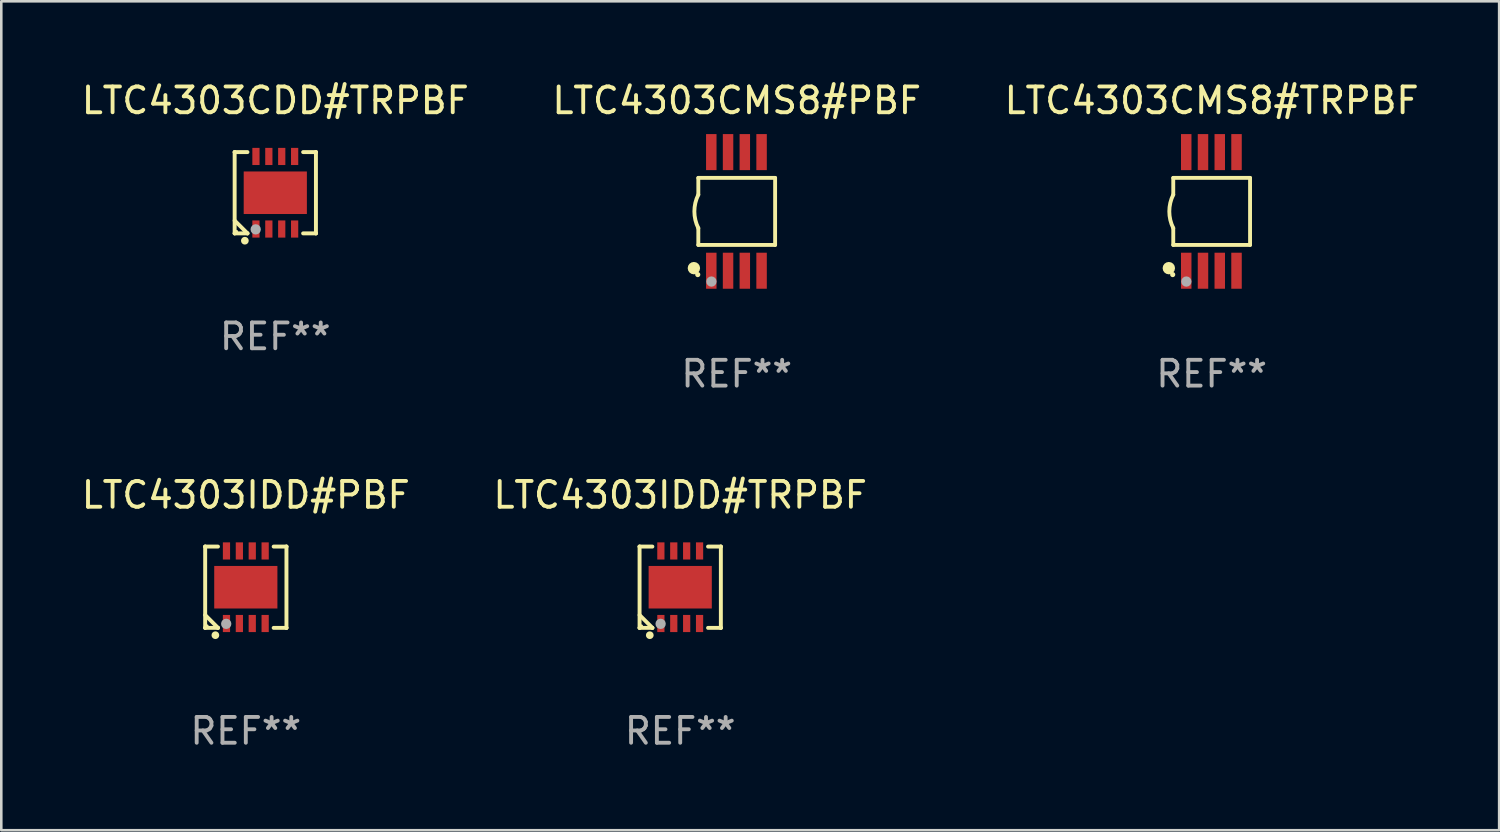
<source format=kicad_pcb>
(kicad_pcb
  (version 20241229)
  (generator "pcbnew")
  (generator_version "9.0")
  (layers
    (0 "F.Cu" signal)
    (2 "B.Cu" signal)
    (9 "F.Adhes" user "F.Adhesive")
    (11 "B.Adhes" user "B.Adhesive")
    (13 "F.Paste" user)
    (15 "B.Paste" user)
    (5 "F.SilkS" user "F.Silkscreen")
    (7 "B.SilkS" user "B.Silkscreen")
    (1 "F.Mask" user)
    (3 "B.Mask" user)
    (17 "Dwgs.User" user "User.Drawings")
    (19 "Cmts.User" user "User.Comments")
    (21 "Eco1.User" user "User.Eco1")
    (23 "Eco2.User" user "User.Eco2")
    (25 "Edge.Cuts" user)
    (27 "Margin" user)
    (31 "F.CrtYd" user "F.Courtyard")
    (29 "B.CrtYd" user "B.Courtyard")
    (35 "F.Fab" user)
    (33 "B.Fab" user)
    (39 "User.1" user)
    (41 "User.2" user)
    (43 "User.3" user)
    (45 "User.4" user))
  (footprint "LTC4303CDD#TRPBF"
    (layer "F.Cu")
    (at 7.625 4.424)
    (property "Reference" "LTC4303CDD#TRPBF" (at 0 -3.576 0) (layer "F.SilkS") (effects (font (size 1 1) (thickness 0.15))))
    (attr through_hole)
    (fp_line (start -1.576 -1.576) (end -1.576 -1.576) (stroke (width 0.152) (type solid)) (layer "F.SilkS"))
    (fp_line (start -1.576 -1.576) (end -1.08 -1.576) (stroke (width 0.152) (type solid)) (layer "F.SilkS"))
    (fp_line (start -1.576 1.576) (end -1.576 -1.576) (stroke (width 0.152) (type solid)) (layer "F.SilkS"))
    (fp_line (start -1.576 1.576) (end -1.576 1.576) (stroke (width 0.152) (type solid)) (layer "F.SilkS"))
    (fp_line (start -1.08 1.575) (end -1.576 1.079) (stroke (width 0.152) (type solid)) (layer "F.SilkS"))
    (fp_line (start -1.08 1.576) (end -1.576 1.576) (stroke (width 0.152) (type solid)) (layer "F.SilkS"))
    (fp_line (start -1.08 1.576) (end -1.08 1.575) (stroke (width 0.152) (type solid)) (layer "F.SilkS"))
    (fp_line (start 1.08 1.576) (end 1.576 1.576) (stroke (width 0.152) (type solid)) (layer "F.SilkS"))
    (fp_line (start 1.576 -1.576) (end 1.08 -1.576) (stroke (width 0.152) (type solid)) (layer "F.SilkS"))
    (fp_line (start 1.576 -1.576) (end 1.576 -1.576) (stroke (width 0.152) (type solid)) (layer "F.SilkS"))
    (fp_line (start 1.576 1.576) (end 1.576 -1.576) (stroke (width 0.152) (type solid)) (layer "F.SilkS"))
    (fp_line (start 1.576 1.576) (end 1.576 1.576) (stroke (width 0.152) (type solid)) (layer "F.SilkS"))
    (fp_circle (center -1.5 1.5) (end -1.47 1.5) (stroke (width 0.06) (type solid)) (fill no) (layer "F.SilkS"))
    (fp_circle (center -1.18 1.86) (end -1.105 1.86) (stroke (width 0.15) (type solid)) (fill no) (layer "F.SilkS"))
    (fp_circle (center -0.76 1.42) (end -0.66 1.42) (stroke (width 0.2) (type solid)) (fill no) (layer "F.Fab"))
    (fp_text user "REF**" (at 0 5.576 0) (layer "F.Fab") (effects (font (size 1 1) (thickness 0.15))))
    (pad "1" smd rect (at -0.75 1.407) (size 0.28 0.665) (layers "F.Cu" "F.Mask" "F.Paste"))
    (pad "2" smd rect (at -0.25 1.407) (size 0.28 0.665) (layers "F.Cu" "F.Mask" "F.Paste"))
    (pad "3" smd rect (at 0.25 1.407) (size 0.28 0.665) (layers "F.Cu" "F.Mask" "F.Paste"))
    (pad "4" smd rect (at 0.75 1.407) (size 0.28 0.665) (layers "F.Cu" "F.Mask" "F.Paste"))
    (pad "5" smd rect (at 0.75 -1.407) (size 0.28 0.665) (layers "F.Cu" "F.Mask" "F.Paste"))
    (pad "6" smd rect (at 0.25 -1.407) (size 0.28 0.665) (layers "F.Cu" "F.Mask" "F.Paste"))
    (pad "7" smd rect (at -0.25 -1.407) (size 0.28 0.665) (layers "F.Cu" "F.Mask" "F.Paste"))
    (pad "8" smd rect (at -0.75 -1.407) (size 0.28 0.665) (layers "F.Cu" "F.Mask" "F.Paste"))
    (pad "9" smd rect (at 0 0) (size 2.45 1.65) (layers "F.Cu" "F.Mask" "F.Paste")))
  (footprint "LTC4303CMS8#PBF"
    (layer "F.Cu")
    (at 25.518 5.148)
    (property "Reference" "LTC4303CMS8#PBF" (at 0 -4.3 0) (layer "F.SilkS") (effects (font (size 1 1) (thickness 0.15))))
    (attr through_hole)
    (fp_line (start -1.489 -1.3) (end -1.489 -0.648) (stroke (width 0.15) (type solid)) (layer "F.SilkS"))
    (fp_line (start -1.489 0.648) (end -1.489 1.3) (stroke (width 0.15) (type solid)) (layer "F.SilkS"))
    (fp_line (start -1.489 1.3) (end 1.489 1.3) (stroke (width 0.15) (type solid)) (layer "F.SilkS"))
    (fp_line (start 1.489 -1.3) (end -1.489 -1.3) (stroke (width 0.15) (type solid)) (layer "F.SilkS"))
    (fp_line (start 1.489 1.3) (end 1.489 -1.3) (stroke (width 0.15) (type solid)) (layer "F.SilkS"))
    (fp_arc (start -1.489205 0.647702) (mid -1.642107 0) (end -1.489205 -0.647701) (stroke (width 0.150013) (type solid)) (layer "F.SilkS"))
    (fp_circle (center -1.661 2.2) (end -1.541 2.2) (stroke (width 0.24) (type solid)) (fill no) (layer "F.SilkS"))
    (fp_circle (center -1.511 2.45) (end -1.461 2.45) (stroke (width 0.1) (type solid)) (fill no) (layer "F.SilkS"))
    (fp_circle (center -0.981 2.72) (end -0.881 2.72) (stroke (width 0.2) (type solid)) (fill no) (layer "F.Fab"))
    (fp_text user "REF**" (at 0 6.3 0) (layer "F.Fab") (effects (font (size 1 1) (thickness 0.15))))
    (pad "1" smd rect (at -0.986 2.3) (size 0.406 1.397) (layers "F.Cu" "F.Mask" "F.Paste"))
    (pad "2" smd rect (at -0.336 2.3) (size 0.406 1.397) (layers "F.Cu" "F.Mask" "F.Paste"))
    (pad "3" smd rect (at 0.314 2.3) (size 0.406 1.397) (layers "F.Cu" "F.Mask" "F.Paste"))
    (pad "4" smd rect (at 0.964 2.3) (size 0.406 1.397) (layers "F.Cu" "F.Mask" "F.Paste"))
    (pad "5" smd rect (at 0.964 -2.3) (size 0.406 1.397) (layers "F.Cu" "F.Mask" "F.Paste"))
    (pad "6" smd rect (at 0.314 -2.3) (size 0.406 1.397) (layers "F.Cu" "F.Mask" "F.Paste"))
    (pad "7" smd rect (at -0.336 -2.3) (size 0.406 1.397) (layers "F.Cu" "F.Mask" "F.Paste"))
    (pad "8" smd rect (at -0.986 -2.3) (size 0.406 1.397) (layers "F.Cu" "F.Mask" "F.Paste")))
  (footprint "LTC4303IDD#TRPBF"
    (layer "F.Cu")
    (at 23.327 19.721)
    (property "Reference" "LTC4303IDD#TRPBF" (at 0 -3.576 0) (layer "F.SilkS") (effects (font (size 1 1) (thickness 0.15))))
    (attr through_hole)
    (fp_line (start -1.576 -1.576) (end -1.576 -1.576) (stroke (width 0.152) (type solid)) (layer "F.SilkS"))
    (fp_line (start -1.576 -1.576) (end -1.08 -1.576) (stroke (width 0.152) (type solid)) (layer "F.SilkS"))
    (fp_line (start -1.576 1.576) (end -1.576 -1.576) (stroke (width 0.152) (type solid)) (layer "F.SilkS"))
    (fp_line (start -1.576 1.576) (end -1.576 1.576) (stroke (width 0.152) (type solid)) (layer "F.SilkS"))
    (fp_line (start -1.08 1.575) (end -1.576 1.079) (stroke (width 0.152) (type solid)) (layer "F.SilkS"))
    (fp_line (start -1.08 1.576) (end -1.576 1.576) (stroke (width 0.152) (type solid)) (layer "F.SilkS"))
    (fp_line (start -1.08 1.576) (end -1.08 1.575) (stroke (width 0.152) (type solid)) (layer "F.SilkS"))
    (fp_line (start 1.08 1.576) (end 1.576 1.576) (stroke (width 0.152) (type solid)) (layer "F.SilkS"))
    (fp_line (start 1.576 -1.576) (end 1.08 -1.576) (stroke (width 0.152) (type solid)) (layer "F.SilkS"))
    (fp_line (start 1.576 -1.576) (end 1.576 -1.576) (stroke (width 0.152) (type solid)) (layer "F.SilkS"))
    (fp_line (start 1.576 1.576) (end 1.576 -1.576) (stroke (width 0.152) (type solid)) (layer "F.SilkS"))
    (fp_line (start 1.576 1.576) (end 1.576 1.576) (stroke (width 0.152) (type solid)) (layer "F.SilkS"))
    (fp_circle (center -1.5 1.5) (end -1.47 1.5) (stroke (width 0.06) (type solid)) (fill no) (layer "F.SilkS"))
    (fp_circle (center -1.18 1.86) (end -1.105 1.86) (stroke (width 0.15) (type solid)) (fill no) (layer "F.SilkS"))
    (fp_circle (center -0.76 1.42) (end -0.66 1.42) (stroke (width 0.2) (type solid)) (fill no) (layer "F.Fab"))
    (fp_text user "REF**" (at 0 5.576 0) (layer "F.Fab") (effects (font (size 1 1) (thickness 0.15))))
    (pad "1" smd rect (at -0.75 1.407) (size 0.28 0.665) (layers "F.Cu" "F.Mask" "F.Paste"))
    (pad "2" smd rect (at -0.25 1.407) (size 0.28 0.665) (layers "F.Cu" "F.Mask" "F.Paste"))
    (pad "3" smd rect (at 0.25 1.407) (size 0.28 0.665) (layers "F.Cu" "F.Mask" "F.Paste"))
    (pad "4" smd rect (at 0.75 1.407) (size 0.28 0.665) (layers "F.Cu" "F.Mask" "F.Paste"))
    (pad "5" smd rect (at 0.75 -1.407) (size 0.28 0.665) (layers "F.Cu" "F.Mask" "F.Paste"))
    (pad "6" smd rect (at 0.25 -1.407) (size 0.28 0.665) (layers "F.Cu" "F.Mask" "F.Paste"))
    (pad "7" smd rect (at -0.25 -1.407) (size 0.28 0.665) (layers "F.Cu" "F.Mask" "F.Paste"))
    (pad "8" smd rect (at -0.75 -1.407) (size 0.28 0.665) (layers "F.Cu" "F.Mask" "F.Paste"))
    (pad "9" smd rect (at 0 0) (size 2.45 1.65) (layers "F.Cu" "F.Mask" "F.Paste")))
  (footprint "LTC4303CMS8#TRPBF"
    (layer "F.Cu")
    (at 43.935 5.148)
    (property "Reference" "LTC4303CMS8#TRPBF" (at 0 -4.3 0) (layer "F.SilkS") (effects (font (size 1 1) (thickness 0.15))))
    (attr through_hole)
    (fp_line (start -1.489 -1.3) (end -1.489 -0.648) (stroke (width 0.15) (type solid)) (layer "F.SilkS"))
    (fp_line (start -1.489 0.648) (end -1.489 1.3) (stroke (width 0.15) (type solid)) (layer "F.SilkS"))
    (fp_line (start -1.489 1.3) (end 1.489 1.3) (stroke (width 0.15) (type solid)) (layer "F.SilkS"))
    (fp_line (start 1.489 -1.3) (end -1.489 -1.3) (stroke (width 0.15) (type solid)) (layer "F.SilkS"))
    (fp_line (start 1.489 1.3) (end 1.489 -1.3) (stroke (width 0.15) (type solid)) (layer "F.SilkS"))
    (fp_arc (start -1.489205 0.647702) (mid -1.642107 0) (end -1.489205 -0.647701) (stroke (width 0.150013) (type solid)) (layer "F.SilkS"))
    (fp_circle (center -1.661 2.2) (end -1.541 2.2) (stroke (width 0.24) (type solid)) (fill no) (layer "F.SilkS"))
    (fp_circle (center -1.511 2.45) (end -1.461 2.45) (stroke (width 0.1) (type solid)) (fill no) (layer "F.SilkS"))
    (fp_circle (center -0.981 2.72) (end -0.881 2.72) (stroke (width 0.2) (type solid)) (fill no) (layer "F.Fab"))
    (fp_text user "REF**" (at 0 6.3 0) (layer "F.Fab") (effects (font (size 1 1) (thickness 0.15))))
    (pad "1" smd rect (at -0.986 2.3) (size 0.406 1.397) (layers "F.Cu" "F.Mask" "F.Paste"))
    (pad "2" smd rect (at -0.336 2.3) (size 0.406 1.397) (layers "F.Cu" "F.Mask" "F.Paste"))
    (pad "3" smd rect (at 0.314 2.3) (size 0.406 1.397) (layers "F.Cu" "F.Mask" "F.Paste"))
    (pad "4" smd rect (at 0.964 2.3) (size 0.406 1.397) (layers "F.Cu" "F.Mask" "F.Paste"))
    (pad "5" smd rect (at 0.964 -2.3) (size 0.406 1.397) (layers "F.Cu" "F.Mask" "F.Paste"))
    (pad "6" smd rect (at 0.314 -2.3) (size 0.406 1.397) (layers "F.Cu" "F.Mask" "F.Paste"))
    (pad "7" smd rect (at -0.336 -2.3) (size 0.406 1.397) (layers "F.Cu" "F.Mask" "F.Paste"))
    (pad "8" smd rect (at -0.986 -2.3) (size 0.406 1.397) (layers "F.Cu" "F.Mask" "F.Paste")))
  (footprint "LTC4303IDD#PBF"
    (layer "F.Cu")
    (at 6.482 19.721)
    (property "Reference" "LTC4303IDD#PBF" (at 0 -3.576 0) (layer "F.SilkS") (effects (font (size 1 1) (thickness 0.15))))
    (attr through_hole)
    (fp_line (start -1.576 -1.576) (end -1.576 -1.576) (stroke (width 0.152) (type solid)) (layer "F.SilkS"))
    (fp_line (start -1.576 -1.576) (end -1.08 -1.576) (stroke (width 0.152) (type solid)) (layer "F.SilkS"))
    (fp_line (start -1.576 1.576) (end -1.576 -1.576) (stroke (width 0.152) (type solid)) (layer "F.SilkS"))
    (fp_line (start -1.576 1.576) (end -1.576 1.576) (stroke (width 0.152) (type solid)) (layer "F.SilkS"))
    (fp_line (start -1.08 1.575) (end -1.576 1.079) (stroke (width 0.152) (type solid)) (layer "F.SilkS"))
    (fp_line (start -1.08 1.576) (end -1.576 1.576) (stroke (width 0.152) (type solid)) (layer "F.SilkS"))
    (fp_line (start -1.08 1.576) (end -1.08 1.575) (stroke (width 0.152) (type solid)) (layer "F.SilkS"))
    (fp_line (start 1.08 1.576) (end 1.576 1.576) (stroke (width 0.152) (type solid)) (layer "F.SilkS"))
    (fp_line (start 1.576 -1.576) (end 1.08 -1.576) (stroke (width 0.152) (type solid)) (layer "F.SilkS"))
    (fp_line (start 1.576 -1.576) (end 1.576 -1.576) (stroke (width 0.152) (type solid)) (layer "F.SilkS"))
    (fp_line (start 1.576 1.576) (end 1.576 -1.576) (stroke (width 0.152) (type solid)) (layer "F.SilkS"))
    (fp_line (start 1.576 1.576) (end 1.576 1.576) (stroke (width 0.152) (type solid)) (layer "F.SilkS"))
    (fp_circle (center -1.5 1.5) (end -1.47 1.5) (stroke (width 0.06) (type solid)) (fill no) (layer "F.SilkS"))
    (fp_circle (center -1.18 1.86) (end -1.105 1.86) (stroke (width 0.15) (type solid)) (fill no) (layer "F.SilkS"))
    (fp_circle (center -0.76 1.42) (end -0.66 1.42) (stroke (width 0.2) (type solid)) (fill no) (layer "F.Fab"))
    (fp_text user "REF**" (at 0 5.576 0) (layer "F.Fab") (effects (font (size 1 1) (thickness 0.15))))
    (pad "1" smd rect (at -0.75 1.407) (size 0.28 0.665) (layers "F.Cu" "F.Mask" "F.Paste"))
    (pad "2" smd rect (at -0.25 1.407) (size 0.28 0.665) (layers "F.Cu" "F.Mask" "F.Paste"))
    (pad "3" smd rect (at 0.25 1.407) (size 0.28 0.665) (layers "F.Cu" "F.Mask" "F.Paste"))
    (pad "4" smd rect (at 0.75 1.407) (size 0.28 0.665) (layers "F.Cu" "F.Mask" "F.Paste"))
    (pad "5" smd rect (at 0.75 -1.407) (size 0.28 0.665) (layers "F.Cu" "F.Mask" "F.Paste"))
    (pad "6" smd rect (at 0.25 -1.407) (size 0.28 0.665) (layers "F.Cu" "F.Mask" "F.Paste"))
    (pad "7" smd rect (at -0.25 -1.407) (size 0.28 0.665) (layers "F.Cu" "F.Mask" "F.Paste"))
    (pad "8" smd rect (at -0.75 -1.407) (size 0.28 0.665) (layers "F.Cu" "F.Mask" "F.Paste"))
    (pad "9" smd rect (at 0 0) (size 2.45 1.65) (layers "F.Cu" "F.Mask" "F.Paste")))
  (gr_rect
    (start -3 -3)
    (end 55.083 29.145)
    (stroke (width 0.1) (type default))
    (fill no)
    (layer "Edge.Cuts")))
</source>
